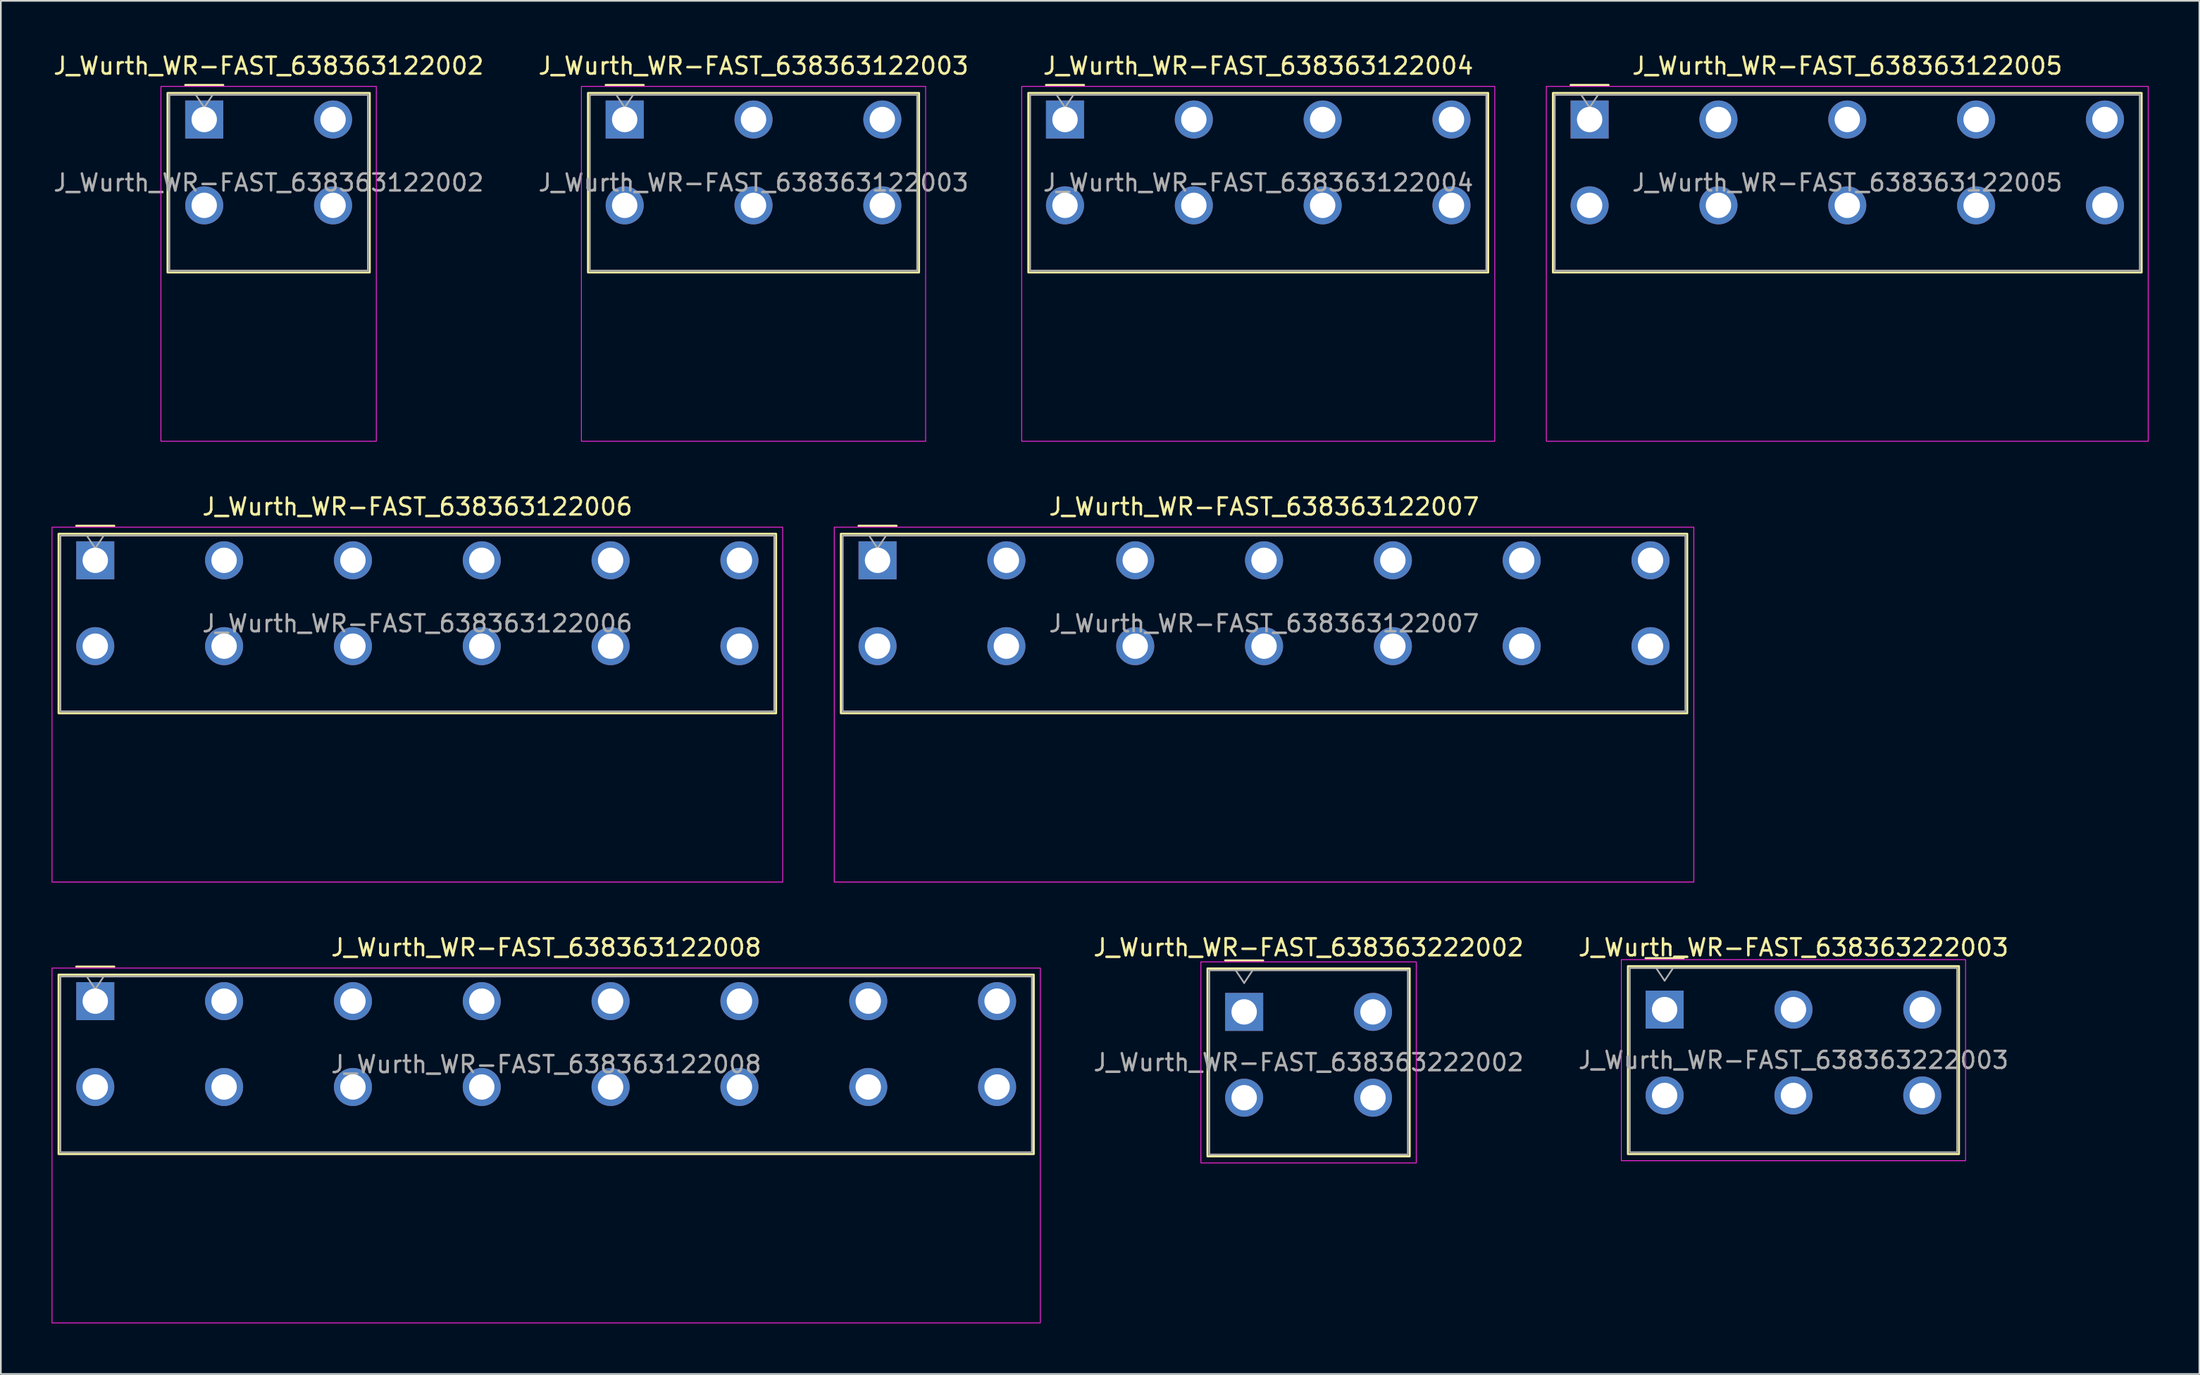
<source format=kicad_pcb>
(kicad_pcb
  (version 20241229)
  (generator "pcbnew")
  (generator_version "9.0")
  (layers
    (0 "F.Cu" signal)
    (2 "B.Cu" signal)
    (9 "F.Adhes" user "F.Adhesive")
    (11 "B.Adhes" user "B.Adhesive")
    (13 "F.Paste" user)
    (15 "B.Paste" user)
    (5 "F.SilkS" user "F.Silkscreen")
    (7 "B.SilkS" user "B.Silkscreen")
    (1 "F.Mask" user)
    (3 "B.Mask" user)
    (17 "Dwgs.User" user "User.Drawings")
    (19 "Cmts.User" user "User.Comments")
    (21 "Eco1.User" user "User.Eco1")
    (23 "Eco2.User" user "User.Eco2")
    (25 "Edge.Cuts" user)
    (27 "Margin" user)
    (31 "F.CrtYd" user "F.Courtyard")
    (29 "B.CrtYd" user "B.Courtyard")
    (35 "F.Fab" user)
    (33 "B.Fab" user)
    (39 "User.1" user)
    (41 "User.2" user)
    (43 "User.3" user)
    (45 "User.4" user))
  (footprint "J_Wurth_WR-FAST_638363222002"
    (layer "F.Cu")
    (at 70.539 56.835)
    (property "Reference" "J_Wurth_WR-FAST_638363222002" (at 3.81 -3.81 0) (unlocked yes) (layer "F.SilkS") (effects (font (size 1 1) (thickness 0.15))))
    (attr smd)
    (fp_line (start -1.125 -3.045) (end 1.125 -3.045) (stroke (width 0.12) (type solid)) (layer "F.SilkS"))
    (fp_rect (start -2.17 -2.57) (end 9.79 8.55) (stroke (width 0.12) (type solid)) (fill no) (layer "F.SilkS"))
    (fp_rect (start -2.56 -2.96) (end 10.18 8.94) (stroke (width 0.05) (type solid)) (fill no) (layer "F.CrtYd"))
    (fp_line (start 0 -1.71) (end -0.5 -2.46) (stroke (width 0.1) (type solid)) (layer "F.Fab"))
    (fp_line (start 0 -1.71) (end 0.5 -2.46) (stroke (width 0.1) (type solid)) (layer "F.Fab"))
    (fp_rect (start -2.06 -2.46) (end 9.68 8.44) (stroke (width 0.1) (type solid)) (fill no) (layer "F.Fab"))
    (fp_text user "${REFERENCE}" (at 3.81 2.99 0) (unlocked yes) (layer "F.Fab") (effects (font (size 1 1) (thickness 0.15))))
    (pad "1" thru_hole rect (at 0 0) (size 2.25 2.25) (drill 1.5) (layers "*.Cu" "*.Mask"))
    (pad "2" thru_hole circle (at 7.62 0) (size 2.25 2.25) (drill 1.5) (layers "*.Cu" "*.Mask"))
    (pad "A1" thru_hole circle (at 0 5.08) (size 2.25 2.25) (drill 1.5) (layers "*.Cu" "*.Mask"))
    (pad "A2" thru_hole circle (at 7.62 5.08) (size 2.25 2.25) (drill 1.5) (layers "*.Cu" "*.Mask")))
  (footprint "J_Wurth_WR-FAST_638363122004"
    (layer "F.Cu")
    (at 59.942 4.023)
    (property "Reference" "J_Wurth_WR-FAST_638363122004" (at 11.43 -3.175 0) (unlocked yes) (layer "F.SilkS") (effects (font (size 1 1) (thickness 0.15))))
    (attr smd)
    (fp_line (start -1.125 -2.045) (end 1.125 -2.045) (stroke (width 0.12) (type solid)) (layer "F.SilkS"))
    (fp_rect (start -2.17 -1.57) (end 25.03 9.05) (stroke (width 0.12) (type solid)) (fill no) (layer "F.SilkS"))
    (fp_rect (start -2.56 -1.96) (end 25.42 19.04) (stroke (width 0.05) (type solid)) (fill no) (layer "F.CrtYd"))
    (fp_line (start 0 -0.71) (end -0.5 -1.46) (stroke (width 0.1) (type solid)) (layer "F.Fab"))
    (fp_line (start 0 -0.71) (end 0.5 -1.46) (stroke (width 0.1) (type solid)) (layer "F.Fab"))
    (fp_rect (start -2.06 -1.46) (end 24.92 8.94) (stroke (width 0.1) (type solid)) (fill no) (layer "F.Fab"))
    (fp_text user "${REFERENCE}" (at 11.43 3.74 0) (unlocked yes) (layer "F.Fab") (effects (font (size 1 1) (thickness 0.15))))
    (pad "1" thru_hole rect (at 0 0) (size 2.25 2.25) (drill 1.5) (layers "*.Cu" "*.Mask"))
    (pad "2" thru_hole circle (at 7.62 0) (size 2.25 2.25) (drill 1.5) (layers "*.Cu" "*.Mask"))
    (pad "3" thru_hole circle (at 15.24 0) (size 2.25 2.25) (drill 1.5) (layers "*.Cu" "*.Mask"))
    (pad "4" thru_hole circle (at 22.86 0) (size 2.25 2.25) (drill 1.5) (layers "*.Cu" "*.Mask"))
    (pad "A1" thru_hole circle (at 0 5.08) (size 2.25 2.25) (drill 1.5) (layers "*.Cu" "*.Mask"))
    (pad "A2" thru_hole circle (at 7.62 5.08) (size 2.25 2.25) (drill 1.5) (layers "*.Cu" "*.Mask"))
    (pad "A3" thru_hole circle (at 15.24 5.08) (size 2.25 2.25) (drill 1.5) (layers "*.Cu" "*.Mask"))
    (pad "A4" thru_hole circle (at 22.86 5.08) (size 2.25 2.25) (drill 1.5) (layers "*.Cu" "*.Mask")))
  (footprint "J_Wurth_WR-FAST_638363122002"
    (layer "F.Cu")
    (at 9.029 4.023)
    (property "Reference" "J_Wurth_WR-FAST_638363122002" (at 3.81 -3.175 0) (unlocked yes) (layer "F.SilkS") (effects (font (size 1 1) (thickness 0.15))))
    (attr smd)
    (fp_line (start -1.125 -2.045) (end 1.125 -2.045) (stroke (width 0.12) (type solid)) (layer "F.SilkS"))
    (fp_rect (start -2.17 -1.57) (end 9.79 9.05) (stroke (width 0.12) (type solid)) (fill no) (layer "F.SilkS"))
    (fp_rect (start -2.56 -1.96) (end 10.18 19.04) (stroke (width 0.05) (type solid)) (fill no) (layer "F.CrtYd"))
    (fp_line (start 0 -0.71) (end -0.5 -1.46) (stroke (width 0.1) (type solid)) (layer "F.Fab"))
    (fp_line (start 0 -0.71) (end 0.5 -1.46) (stroke (width 0.1) (type solid)) (layer "F.Fab"))
    (fp_rect (start -2.06 -1.46) (end 9.68 8.94) (stroke (width 0.1) (type solid)) (fill no) (layer "F.Fab"))
    (fp_text user "${REFERENCE}" (at 3.81 3.74 0) (unlocked yes) (layer "F.Fab") (effects (font (size 1 1) (thickness 0.15))))
    (pad "1" thru_hole rect (at 0 0) (size 2.25 2.25) (drill 1.5) (layers "*.Cu" "*.Mask"))
    (pad "2" thru_hole circle (at 7.62 0) (size 2.25 2.25) (drill 1.5) (layers "*.Cu" "*.Mask"))
    (pad "A1" thru_hole circle (at 0 5.08) (size 2.25 2.25) (drill 1.5) (layers "*.Cu" "*.Mask"))
    (pad "A2" thru_hole circle (at 7.62 5.08) (size 2.25 2.25) (drill 1.5) (layers "*.Cu" "*.Mask")))
  (footprint "J_Wurth_WR-FAST_638363122006"
    (layer "F.Cu")
    (at 2.585 30.111)
    (property "Reference" "J_Wurth_WR-FAST_638363122006" (at 19.05 -3.175 0) (unlocked yes) (layer "F.SilkS") (effects (font (size 1 1) (thickness 0.15))))
    (attr smd)
    (fp_line (start -1.125 -2.045) (end 1.125 -2.045) (stroke (width 0.12) (type solid)) (layer "F.SilkS"))
    (fp_rect (start -2.17 -1.57) (end 40.27 9.05) (stroke (width 0.12) (type solid)) (fill no) (layer "F.SilkS"))
    (fp_rect (start -2.56 -1.96) (end 40.66 19.04) (stroke (width 0.05) (type solid)) (fill no) (layer "F.CrtYd"))
    (fp_line (start 0 -0.71) (end -0.5 -1.46) (stroke (width 0.1) (type solid)) (layer "F.Fab"))
    (fp_line (start 0 -0.71) (end 0.5 -1.46) (stroke (width 0.1) (type solid)) (layer "F.Fab"))
    (fp_rect (start -2.06 -1.46) (end 40.16 8.94) (stroke (width 0.1) (type solid)) (fill no) (layer "F.Fab"))
    (fp_text user "${REFERENCE}" (at 19.05 3.74 0) (unlocked yes) (layer "F.Fab") (effects (font (size 1 1) (thickness 0.15))))
    (pad "1" thru_hole rect (at 0 0) (size 2.25 2.25) (drill 1.5) (layers "*.Cu" "*.Mask"))
    (pad "2" thru_hole circle (at 7.62 0) (size 2.25 2.25) (drill 1.5) (layers "*.Cu" "*.Mask"))
    (pad "3" thru_hole circle (at 15.24 0) (size 2.25 2.25) (drill 1.5) (layers "*.Cu" "*.Mask"))
    (pad "4" thru_hole circle (at 22.86 0) (size 2.25 2.25) (drill 1.5) (layers "*.Cu" "*.Mask"))
    (pad "5" thru_hole circle (at 30.48 0) (size 2.25 2.25) (drill 1.5) (layers "*.Cu" "*.Mask"))
    (pad "6" thru_hole circle (at 38.1 0) (size 2.25 2.25) (drill 1.5) (layers "*.Cu" "*.Mask"))
    (pad "A1" thru_hole circle (at 0 5.08) (size 2.25 2.25) (drill 1.5) (layers "*.Cu" "*.Mask"))
    (pad "A2" thru_hole circle (at 7.62 5.08) (size 2.25 2.25) (drill 1.5) (layers "*.Cu" "*.Mask"))
    (pad "A3" thru_hole circle (at 15.24 5.08) (size 2.25 2.25) (drill 1.5) (layers "*.Cu" "*.Mask"))
    (pad "A4" thru_hole circle (at 22.86 5.08) (size 2.25 2.25) (drill 1.5) (layers "*.Cu" "*.Mask"))
    (pad "A5" thru_hole circle (at 30.48 5.08) (size 2.25 2.25) (drill 1.5) (layers "*.Cu" "*.Mask"))
    (pad "A6" thru_hole circle (at 38.1 5.08) (size 2.25 2.25) (drill 1.5) (layers "*.Cu" "*.Mask")))
  (footprint "J_Wurth_WR-FAST_638363222003"
    (layer "F.Cu")
    (at 95.408 56.7)
    (property "Reference" "J_Wurth_WR-FAST_638363222003" (at 7.62 -3.675 0) (unlocked yes) (layer "F.SilkS") (effects (font (size 1 1) (thickness 0.15))))
    (attr smd)
    (fp_line (start -1.125 -3.045) (end 1.125 -3.045) (stroke (width 0.12) (type solid)) (layer "F.SilkS"))
    (fp_rect (start -2.17 -2.57) (end 17.41 8.55) (stroke (width 0.12) (type solid)) (fill no) (layer "F.SilkS"))
    (fp_rect (start -2.56 -2.96) (end 17.8 8.94) (stroke (width 0.05) (type solid)) (fill no) (layer "F.CrtYd"))
    (fp_line (start 0 -1.71) (end -0.5 -2.46) (stroke (width 0.1) (type solid)) (layer "F.Fab"))
    (fp_line (start 0 -1.71) (end 0.5 -2.46) (stroke (width 0.1) (type solid)) (layer "F.Fab"))
    (fp_rect (start -2.06 -2.46) (end 17.3 8.44) (stroke (width 0.1) (type solid)) (fill no) (layer "F.Fab"))
    (fp_text user "${REFERENCE}" (at 7.62 2.99 0) (unlocked yes) (layer "F.Fab") (effects (font (size 1 1) (thickness 0.15))))
    (pad "1" thru_hole rect (at 0 0) (size 2.25 2.25) (drill 1.5) (layers "*.Cu" "*.Mask"))
    (pad "2" thru_hole circle (at 7.62 0) (size 2.25 2.25) (drill 1.5) (layers "*.Cu" "*.Mask"))
    (pad "3" thru_hole circle (at 15.24 0) (size 2.25 2.25) (drill 1.5) (layers "*.Cu" "*.Mask"))
    (pad "A1" thru_hole circle (at 0 5.08) (size 2.25 2.25) (drill 1.5) (layers "*.Cu" "*.Mask"))
    (pad "A2" thru_hole circle (at 7.62 5.08) (size 2.25 2.25) (drill 1.5) (layers "*.Cu" "*.Mask"))
    (pad "A3" thru_hole circle (at 15.24 5.08) (size 2.25 2.25) (drill 1.5) (layers "*.Cu" "*.Mask")))
  (footprint "J_Wurth_WR-FAST_638363122003"
    (layer "F.Cu")
    (at 33.898 4.023)
    (property "Reference" "J_Wurth_WR-FAST_638363122003" (at 7.62 -3.175 0) (unlocked yes) (layer "F.SilkS") (effects (font (size 1 1) (thickness 0.15))))
    (attr smd)
    (fp_line (start -1.125 -2.045) (end 1.125 -2.045) (stroke (width 0.12) (type solid)) (layer "F.SilkS"))
    (fp_rect (start -2.17 -1.57) (end 17.41 9.05) (stroke (width 0.12) (type solid)) (fill no) (layer "F.SilkS"))
    (fp_rect (start -2.56 -1.96) (end 17.8 19.04) (stroke (width 0.05) (type solid)) (fill no) (layer "F.CrtYd"))
    (fp_line (start 0 -0.71) (end -0.5 -1.46) (stroke (width 0.1) (type solid)) (layer "F.Fab"))
    (fp_line (start 0 -0.71) (end 0.5 -1.46) (stroke (width 0.1) (type solid)) (layer "F.Fab"))
    (fp_rect (start -2.06 -1.46) (end 17.3 8.94) (stroke (width 0.1) (type solid)) (fill no) (layer "F.Fab"))
    (fp_text user "${REFERENCE}" (at 7.62 3.74 0) (unlocked yes) (layer "F.Fab") (effects (font (size 1 1) (thickness 0.15))))
    (pad "1" thru_hole rect (at 0 0) (size 2.25 2.25) (drill 1.5) (layers "*.Cu" "*.Mask"))
    (pad "2" thru_hole circle (at 7.62 0) (size 2.25 2.25) (drill 1.5) (layers "*.Cu" "*.Mask"))
    (pad "3" thru_hole circle (at 15.24 0) (size 2.25 2.25) (drill 1.5) (layers "*.Cu" "*.Mask"))
    (pad "A1" thru_hole circle (at 0 5.08) (size 2.25 2.25) (drill 1.5) (layers "*.Cu" "*.Mask"))
    (pad "A2" thru_hole circle (at 7.62 5.08) (size 2.25 2.25) (drill 1.5) (layers "*.Cu" "*.Mask"))
    (pad "A3" thru_hole circle (at 15.24 5.08) (size 2.25 2.25) (drill 1.5) (layers "*.Cu" "*.Mask")))
  (footprint "J_Wurth_WR-FAST_638363122007"
    (layer "F.Cu")
    (at 48.855 30.111)
    (property "Reference" "J_Wurth_WR-FAST_638363122007" (at 22.86 -3.175 0) (unlocked yes) (layer "F.SilkS") (effects (font (size 1 1) (thickness 0.15))))
    (attr smd)
    (fp_line (start -1.125 -2.045) (end 1.125 -2.045) (stroke (width 0.12) (type solid)) (layer "F.SilkS"))
    (fp_rect (start -2.17 -1.57) (end 47.89 9.05) (stroke (width 0.12) (type solid)) (fill no) (layer "F.SilkS"))
    (fp_rect (start -2.56 -1.96) (end 48.28 19.04) (stroke (width 0.05) (type solid)) (fill no) (layer "F.CrtYd"))
    (fp_line (start 0 -0.71) (end -0.5 -1.46) (stroke (width 0.1) (type solid)) (layer "F.Fab"))
    (fp_line (start 0 -0.71) (end 0.5 -1.46) (stroke (width 0.1) (type solid)) (layer "F.Fab"))
    (fp_rect (start -2.06 -1.46) (end 47.78 8.94) (stroke (width 0.1) (type solid)) (fill no) (layer "F.Fab"))
    (fp_text user "${REFERENCE}" (at 22.86 3.74 0) (unlocked yes) (layer "F.Fab") (effects (font (size 1 1) (thickness 0.15))))
    (pad "1" thru_hole rect (at 0 0) (size 2.25 2.25) (drill 1.5) (layers "*.Cu" "*.Mask"))
    (pad "2" thru_hole circle (at 7.62 0) (size 2.25 2.25) (drill 1.5) (layers "*.Cu" "*.Mask"))
    (pad "3" thru_hole circle (at 15.24 0) (size 2.25 2.25) (drill 1.5) (layers "*.Cu" "*.Mask"))
    (pad "4" thru_hole circle (at 22.86 0) (size 2.25 2.25) (drill 1.5) (layers "*.Cu" "*.Mask"))
    (pad "5" thru_hole circle (at 30.48 0) (size 2.25 2.25) (drill 1.5) (layers "*.Cu" "*.Mask"))
    (pad "6" thru_hole circle (at 38.1 0) (size 2.25 2.25) (drill 1.5) (layers "*.Cu" "*.Mask"))
    (pad "7" thru_hole circle (at 45.72 0) (size 2.25 2.25) (drill 1.5) (layers "*.Cu" "*.Mask"))
    (pad "A1" thru_hole circle (at 0 5.08) (size 2.25 2.25) (drill 1.5) (layers "*.Cu" "*.Mask"))
    (pad "A2" thru_hole circle (at 7.62 5.08) (size 2.25 2.25) (drill 1.5) (layers "*.Cu" "*.Mask"))
    (pad "A3" thru_hole circle (at 15.24 5.08) (size 2.25 2.25) (drill 1.5) (layers "*.Cu" "*.Mask"))
    (pad "A4" thru_hole circle (at 22.86 5.08) (size 2.25 2.25) (drill 1.5) (layers "*.Cu" "*.Mask"))
    (pad "A5" thru_hole circle (at 30.48 5.08) (size 2.25 2.25) (drill 1.5) (layers "*.Cu" "*.Mask"))
    (pad "A6" thru_hole circle (at 38.1 5.08) (size 2.25 2.25) (drill 1.5) (layers "*.Cu" "*.Mask"))
    (pad "A7" thru_hole circle (at 45.72 5.08) (size 2.25 2.25) (drill 1.5) (layers "*.Cu" "*.Mask")))
  (footprint "J_Wurth_WR-FAST_638363122005"
    (layer "F.Cu")
    (at 90.972 4.023)
    (property "Reference" "J_Wurth_WR-FAST_638363122005" (at 15.24 -3.175 0) (unlocked yes) (layer "F.SilkS") (effects (font (size 1 1) (thickness 0.15))))
    (attr smd)
    (fp_line (start -1.125 -2.045) (end 1.125 -2.045) (stroke (width 0.12) (type solid)) (layer "F.SilkS"))
    (fp_rect (start -2.17 -1.57) (end 32.65 9.05) (stroke (width 0.12) (type solid)) (fill no) (layer "F.SilkS"))
    (fp_rect (start -2.56 -1.96) (end 33.04 19.04) (stroke (width 0.05) (type solid)) (fill no) (layer "F.CrtYd"))
    (fp_line (start 0 -0.71) (end -0.5 -1.46) (stroke (width 0.1) (type solid)) (layer "F.Fab"))
    (fp_line (start 0 -0.71) (end 0.5 -1.46) (stroke (width 0.1) (type solid)) (layer "F.Fab"))
    (fp_rect (start -2.06 -1.46) (end 32.54 8.94) (stroke (width 0.1) (type solid)) (fill no) (layer "F.Fab"))
    (fp_text user "${REFERENCE}" (at 15.24 3.74 0) (unlocked yes) (layer "F.Fab") (effects (font (size 1 1) (thickness 0.15))))
    (pad "1" thru_hole rect (at 0 0) (size 2.25 2.25) (drill 1.5) (layers "*.Cu" "*.Mask"))
    (pad "2" thru_hole circle (at 7.62 0) (size 2.25 2.25) (drill 1.5) (layers "*.Cu" "*.Mask"))
    (pad "3" thru_hole circle (at 15.24 0) (size 2.25 2.25) (drill 1.5) (layers "*.Cu" "*.Mask"))
    (pad "4" thru_hole circle (at 22.86 0) (size 2.25 2.25) (drill 1.5) (layers "*.Cu" "*.Mask"))
    (pad "5" thru_hole circle (at 30.48 0) (size 2.25 2.25) (drill 1.5) (layers "*.Cu" "*.Mask"))
    (pad "A1" thru_hole circle (at 0 5.08) (size 2.25 2.25) (drill 1.5) (layers "*.Cu" "*.Mask"))
    (pad "A2" thru_hole circle (at 7.62 5.08) (size 2.25 2.25) (drill 1.5) (layers "*.Cu" "*.Mask"))
    (pad "A3" thru_hole circle (at 15.24 5.08) (size 2.25 2.25) (drill 1.5) (layers "*.Cu" "*.Mask"))
    (pad "A4" thru_hole circle (at 22.86 5.08) (size 2.25 2.25) (drill 1.5) (layers "*.Cu" "*.Mask"))
    (pad "A5" thru_hole circle (at 30.48 5.08) (size 2.25 2.25) (drill 1.5) (layers "*.Cu" "*.Mask")))
  (footprint "J_Wurth_WR-FAST_638363122008"
    (layer "F.Cu")
    (at 2.585 56.2)
    (property "Reference" "J_Wurth_WR-FAST_638363122008" (at 26.67 -3.175 0) (unlocked yes) (layer "F.SilkS") (effects (font (size 1 1) (thickness 0.15))))
    (attr smd)
    (fp_line (start -1.125 -2.045) (end 1.125 -2.045) (stroke (width 0.12) (type solid)) (layer "F.SilkS"))
    (fp_rect (start -2.17 -1.57) (end 55.51 9.05) (stroke (width 0.12) (type solid)) (fill no) (layer "F.SilkS"))
    (fp_rect (start -2.56 -1.96) (end 55.9 19.04) (stroke (width 0.05) (type solid)) (fill no) (layer "F.CrtYd"))
    (fp_line (start 0 -0.71) (end -0.5 -1.46) (stroke (width 0.1) (type solid)) (layer "F.Fab"))
    (fp_line (start 0 -0.71) (end 0.5 -1.46) (stroke (width 0.1) (type solid)) (layer "F.Fab"))
    (fp_rect (start -2.06 -1.46) (end 55.4 8.94) (stroke (width 0.1) (type solid)) (fill no) (layer "F.Fab"))
    (fp_text user "${REFERENCE}" (at 26.67 3.74 0) (unlocked yes) (layer "F.Fab") (effects (font (size 1 1) (thickness 0.15))))
    (pad "1" thru_hole rect (at 0 0) (size 2.25 2.25) (drill 1.5) (layers "*.Cu" "*.Mask"))
    (pad "2" thru_hole circle (at 7.62 0) (size 2.25 2.25) (drill 1.5) (layers "*.Cu" "*.Mask"))
    (pad "3" thru_hole circle (at 15.24 0) (size 2.25 2.25) (drill 1.5) (layers "*.Cu" "*.Mask"))
    (pad "4" thru_hole circle (at 22.86 0) (size 2.25 2.25) (drill 1.5) (layers "*.Cu" "*.Mask"))
    (pad "5" thru_hole circle (at 30.48 0) (size 2.25 2.25) (drill 1.5) (layers "*.Cu" "*.Mask"))
    (pad "6" thru_hole circle (at 38.1 0) (size 2.25 2.25) (drill 1.5) (layers "*.Cu" "*.Mask"))
    (pad "7" thru_hole circle (at 45.72 0) (size 2.25 2.25) (drill 1.5) (layers "*.Cu" "*.Mask"))
    (pad "8" thru_hole circle (at 53.34 0) (size 2.25 2.25) (drill 1.5) (layers "*.Cu" "*.Mask"))
    (pad "A1" thru_hole circle (at 0 5.08) (size 2.25 2.25) (drill 1.5) (layers "*.Cu" "*.Mask"))
    (pad "A2" thru_hole circle (at 7.62 5.08) (size 2.25 2.25) (drill 1.5) (layers "*.Cu" "*.Mask"))
    (pad "A3" thru_hole circle (at 15.24 5.08) (size 2.25 2.25) (drill 1.5) (layers "*.Cu" "*.Mask"))
    (pad "A4" thru_hole circle (at 22.86 5.08) (size 2.25 2.25) (drill 1.5) (layers "*.Cu" "*.Mask"))
    (pad "A5" thru_hole circle (at 30.48 5.08) (size 2.25 2.25) (drill 1.5) (layers "*.Cu" "*.Mask"))
    (pad "A6" thru_hole circle (at 38.1 5.08) (size 2.25 2.25) (drill 1.5) (layers "*.Cu" "*.Mask"))
    (pad "A7" thru_hole circle (at 45.72 5.08) (size 2.25 2.25) (drill 1.5) (layers "*.Cu" "*.Mask"))
    (pad "A8" thru_hole circle (at 53.34 5.08) (size 2.25 2.25) (drill 1.5) (layers "*.Cu" "*.Mask")))
  (gr_rect
    (start -3 -3)
    (end 127.037 78.265)
    (stroke (width 0.1) (type default))
    (fill no)
    (layer "Edge.Cuts")))
</source>
